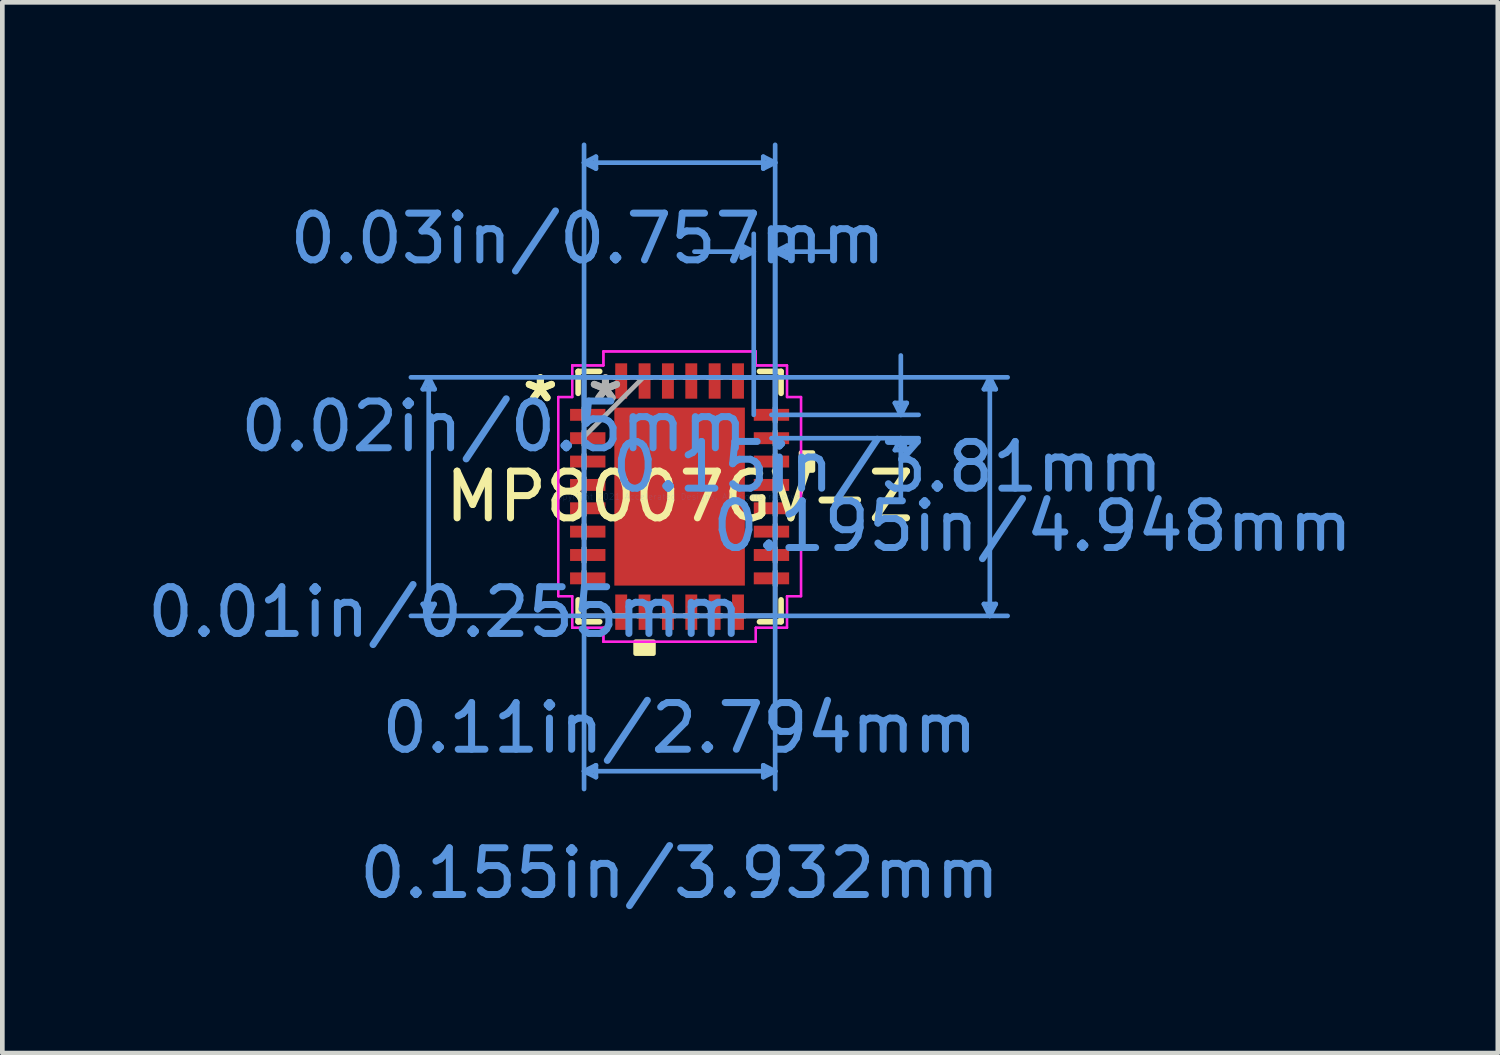
<source format=kicad_pcb>
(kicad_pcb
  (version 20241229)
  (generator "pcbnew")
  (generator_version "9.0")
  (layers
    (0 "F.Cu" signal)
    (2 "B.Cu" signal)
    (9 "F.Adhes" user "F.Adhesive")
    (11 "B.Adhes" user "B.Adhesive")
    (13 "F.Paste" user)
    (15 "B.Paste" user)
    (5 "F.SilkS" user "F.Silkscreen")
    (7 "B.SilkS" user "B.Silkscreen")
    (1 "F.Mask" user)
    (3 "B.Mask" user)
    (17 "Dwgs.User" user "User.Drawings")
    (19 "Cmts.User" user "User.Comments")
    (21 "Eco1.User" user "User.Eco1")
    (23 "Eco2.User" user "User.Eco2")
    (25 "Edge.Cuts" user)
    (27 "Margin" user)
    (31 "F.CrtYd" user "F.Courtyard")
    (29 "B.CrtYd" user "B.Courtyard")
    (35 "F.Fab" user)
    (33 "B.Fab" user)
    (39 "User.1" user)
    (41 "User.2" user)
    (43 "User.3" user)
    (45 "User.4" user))
  (footprint "MP8007GV-Z"
    (layer "F.Cu")
    (at 11.496 7.579)
    (property "Reference" "MP8007GV-Z" (at 0 0 0) (layer "F.SilkS") (effects (font (size 1 1) (thickness 0.15))))
    (attr through_hole)
    (fp_line (start -2.172 -2.68) (end -2.172 -2.21) (stroke (width 0.12) (type solid)) (layer "F.SilkS"))
    (fp_line (start -2.172 2.21) (end -2.172 2.68) (stroke (width 0.12) (type solid)) (layer "F.SilkS"))
    (fp_line (start -2.172 2.68) (end -1.71 2.68) (stroke (width 0.12) (type solid)) (layer "F.SilkS"))
    (fp_line (start -1.71 -2.68) (end -2.172 -2.68) (stroke (width 0.12) (type solid)) (layer "F.SilkS"))
    (fp_line (start 1.71 2.68) (end 2.172 2.68) (stroke (width 0.12) (type solid)) (layer "F.SilkS"))
    (fp_line (start 2.172 -2.68) (end 1.71 -2.68) (stroke (width 0.12) (type solid)) (layer "F.SilkS"))
    (fp_line (start 2.172 -2.21) (end 2.172 -2.68) (stroke (width 0.12) (type solid)) (layer "F.SilkS"))
    (fp_line (start 2.172 2.68) (end 2.172 2.21) (stroke (width 0.12) (type solid)) (layer "F.SilkS"))
    (fp_poly (pts (xy -0.941 3.107) (xy -0.941 3.361) (xy -0.56 3.361) (xy -0.56 3.107)) (stroke (width 0.1) (type solid)) (fill yes) (layer "F.SilkS"))
    (fp_poly (pts (xy 2.853 -0.941) (xy 2.853 -0.56) (xy 2.599 -0.56) (xy 2.599 -0.941)) (stroke (width 0.1) (type solid)) (fill yes) (layer "F.SilkS"))
    (fp_poly (pts (xy -1.297 -1.805) (xy -1.297 -0.735) (xy -0.1 -0.735) (xy -0.1 -1.805)) (stroke (width 0.1) (type solid)) (fill yes) (layer "F.Paste"))
    (fp_poly (pts (xy -1.297 -0.535) (xy -1.297 0.535) (xy -0.1 0.535) (xy -0.1 -0.535)) (stroke (width 0.1) (type solid)) (fill yes) (layer "F.Paste"))
    (fp_poly (pts (xy -1.297 0.735) (xy -1.297 1.805) (xy -0.1 1.805) (xy -0.1 0.735)) (stroke (width 0.1) (type solid)) (fill yes) (layer "F.Paste"))
    (fp_poly (pts (xy 0.1 -1.805) (xy 0.1 -0.735) (xy 1.297 -0.735) (xy 1.297 -1.805)) (stroke (width 0.1) (type solid)) (fill yes) (layer "F.Paste"))
    (fp_poly (pts (xy 0.1 -0.535) (xy 0.1 0.535) (xy 1.297 0.535) (xy 1.297 -0.535)) (stroke (width 0.1) (type solid)) (fill yes) (layer "F.Paste"))
    (fp_poly (pts (xy 0.1 0.735) (xy 0.1 1.805) (xy 1.297 1.805) (xy 1.297 0.735)) (stroke (width 0.1) (type solid)) (fill yes) (layer "F.Paste"))
    (fp_line (start -5.497 -2.299) (end -5.243 -2.299) (stroke (width 0.1) (type solid)) (layer "Cmts.User"))
    (fp_line (start -5.497 2.299) (end -5.243 2.299) (stroke (width 0.1) (type solid)) (layer "Cmts.User"))
    (fp_line (start -5.37 -2.553) (end -5.497 -2.299) (stroke (width 0.1) (type solid)) (layer "Cmts.User"))
    (fp_line (start -5.37 -2.553) (end -5.37 2.553) (stroke (width 0.1) (type solid)) (layer "Cmts.User"))
    (fp_line (start -5.37 -2.553) (end -5.243 -2.299) (stroke (width 0.1) (type solid)) (layer "Cmts.User"))
    (fp_line (start -5.37 2.553) (end -5.497 2.299) (stroke (width 0.1) (type solid)) (layer "Cmts.User"))
    (fp_line (start -5.37 2.553) (end -5.243 2.299) (stroke (width 0.1) (type solid)) (layer "Cmts.User"))
    (fp_line (start -2.045 -7.148) (end -1.791 -7.275) (stroke (width 0.1) (type solid)) (layer "Cmts.User"))
    (fp_line (start -2.045 -7.148) (end -1.791 -7.021) (stroke (width 0.1) (type solid)) (layer "Cmts.User"))
    (fp_line (start -2.045 -7.148) (end 2.045 -7.148) (stroke (width 0.1) (type solid)) (layer "Cmts.User"))
    (fp_line (start -2.045 -2.553) (end -2.045 6.259) (stroke (width 0.1) (type solid)) (layer "Cmts.User"))
    (fp_line (start -2.045 -1.75) (end -2.045 -7.529) (stroke (width 0.1) (type solid)) (layer "Cmts.User"))
    (fp_line (start -2.045 5.878) (end -1.791 5.751) (stroke (width 0.1) (type solid)) (layer "Cmts.User"))
    (fp_line (start -2.045 5.878) (end -1.791 6.005) (stroke (width 0.1) (type solid)) (layer "Cmts.User"))
    (fp_line (start -2.045 5.878) (end 2.045 5.878) (stroke (width 0.1) (type solid)) (layer "Cmts.User"))
    (fp_line (start -1.791 -7.275) (end -1.791 -7.021) (stroke (width 0.1) (type solid)) (layer "Cmts.User"))
    (fp_line (start -1.791 5.751) (end -1.791 6.005) (stroke (width 0.1) (type solid)) (layer "Cmts.User"))
    (fp_line (start 1.25 -2.553) (end 7.021 -2.553) (stroke (width 0.1) (type solid)) (layer "Cmts.User"))
    (fp_line (start 1.25 2.553) (end 7.021 2.553) (stroke (width 0.1) (type solid)) (layer "Cmts.User"))
    (fp_line (start 1.333 -5.37) (end 1.333 -5.116) (stroke (width 0.1) (type solid)) (layer "Cmts.User"))
    (fp_line (start 1.587 -5.243) (end 0.318 -5.243) (stroke (width 0.1) (type solid)) (layer "Cmts.User"))
    (fp_line (start 1.587 -5.243) (end 1.333 -5.37) (stroke (width 0.1) (type solid)) (layer "Cmts.User"))
    (fp_line (start 1.587 -5.243) (end 1.333 -5.116) (stroke (width 0.1) (type solid)) (layer "Cmts.User"))
    (fp_line (start 1.587 -1.75) (end 1.587 -5.624) (stroke (width 0.1) (type solid)) (layer "Cmts.User"))
    (fp_line (start 1.791 -7.275) (end 1.791 -7.021) (stroke (width 0.1) (type solid)) (layer "Cmts.User"))
    (fp_line (start 1.791 5.751) (end 1.791 6.005) (stroke (width 0.1) (type solid)) (layer "Cmts.User"))
    (fp_line (start 1.966 -1.75) (end 5.116 -1.75) (stroke (width 0.1) (type solid)) (layer "Cmts.User"))
    (fp_line (start 1.966 -1.25) (end 5.116 -1.25) (stroke (width 0.1) (type solid)) (layer "Cmts.User"))
    (fp_line (start 2.045 -7.148) (end 1.791 -7.275) (stroke (width 0.1) (type solid)) (layer "Cmts.User"))
    (fp_line (start 2.045 -7.148) (end 1.791 -7.021) (stroke (width 0.1) (type solid)) (layer "Cmts.User"))
    (fp_line (start 2.045 -5.243) (end 2.299 -5.37) (stroke (width 0.1) (type solid)) (layer "Cmts.User"))
    (fp_line (start 2.045 -5.243) (end 2.299 -5.116) (stroke (width 0.1) (type solid)) (layer "Cmts.User"))
    (fp_line (start 2.045 -5.243) (end 3.315 -5.243) (stroke (width 0.1) (type solid)) (layer "Cmts.User"))
    (fp_line (start 2.045 -2.553) (end -5.751 -2.553) (stroke (width 0.1) (type solid)) (layer "Cmts.User"))
    (fp_line (start 2.045 -2.553) (end 2.045 6.259) (stroke (width 0.1) (type solid)) (layer "Cmts.User"))
    (fp_line (start 2.045 -1.75) (end 2.045 -7.529) (stroke (width 0.1) (type solid)) (layer "Cmts.User"))
    (fp_line (start 2.045 -1.75) (end 2.045 -5.624) (stroke (width 0.1) (type solid)) (layer "Cmts.User"))
    (fp_line (start 2.045 2.553) (end -5.751 2.553) (stroke (width 0.1) (type solid)) (layer "Cmts.User"))
    (fp_line (start 2.045 5.878) (end 1.791 5.751) (stroke (width 0.1) (type solid)) (layer "Cmts.User"))
    (fp_line (start 2.045 5.878) (end 1.791 6.005) (stroke (width 0.1) (type solid)) (layer "Cmts.User"))
    (fp_line (start 2.299 -5.37) (end 2.299 -5.116) (stroke (width 0.1) (type solid)) (layer "Cmts.User"))
    (fp_line (start 4.608 -2.004) (end 4.862 -2.004) (stroke (width 0.1) (type solid)) (layer "Cmts.User"))
    (fp_line (start 4.608 -0.996) (end 4.862 -0.996) (stroke (width 0.1) (type solid)) (layer "Cmts.User"))
    (fp_line (start 4.735 -1.75) (end 4.608 -2.004) (stroke (width 0.1) (type solid)) (layer "Cmts.User"))
    (fp_line (start 4.735 -1.75) (end 4.735 -3.02) (stroke (width 0.1) (type solid)) (layer "Cmts.User"))
    (fp_line (start 4.735 -1.75) (end 4.862 -2.004) (stroke (width 0.1) (type solid)) (layer "Cmts.User"))
    (fp_line (start 4.735 -1.25) (end 4.608 -0.996) (stroke (width 0.1) (type solid)) (layer "Cmts.User"))
    (fp_line (start 4.735 -1.25) (end 4.735 0.02) (stroke (width 0.1) (type solid)) (layer "Cmts.User"))
    (fp_line (start 4.735 -1.25) (end 4.862 -0.996) (stroke (width 0.1) (type solid)) (layer "Cmts.User"))
    (fp_line (start 6.513 -2.299) (end 6.767 -2.299) (stroke (width 0.1) (type solid)) (layer "Cmts.User"))
    (fp_line (start 6.513 2.299) (end 6.767 2.299) (stroke (width 0.1) (type solid)) (layer "Cmts.User"))
    (fp_line (start 6.64 -2.553) (end 6.513 -2.299) (stroke (width 0.1) (type solid)) (layer "Cmts.User"))
    (fp_line (start 6.64 -2.553) (end 6.64 2.553) (stroke (width 0.1) (type solid)) (layer "Cmts.User"))
    (fp_line (start 6.64 -2.553) (end 6.767 -2.299) (stroke (width 0.1) (type solid)) (layer "Cmts.User"))
    (fp_line (start 6.64 2.553) (end 6.513 2.299) (stroke (width 0.1) (type solid)) (layer "Cmts.User"))
    (fp_line (start 6.64 2.553) (end 6.767 2.299) (stroke (width 0.1) (type solid)) (layer "Cmts.User"))
    (fp_line (start -2.599 -2.131) (end -2.299 -2.131) (stroke (width 0.05) (type solid)) (layer "F.CrtYd"))
    (fp_line (start -2.599 -2.131) (end -2.299 -2.131) (stroke (width 0.05) (type solid)) (layer "F.CrtYd"))
    (fp_line (start -2.599 2.131) (end -2.599 -2.131) (stroke (width 0.05) (type solid)) (layer "F.CrtYd"))
    (fp_line (start -2.599 2.131) (end -2.599 -2.131) (stroke (width 0.05) (type solid)) (layer "F.CrtYd"))
    (fp_line (start -2.299 -2.807) (end -1.631 -2.807) (stroke (width 0.05) (type solid)) (layer "F.CrtYd"))
    (fp_line (start -2.299 -2.807) (end -1.631 -2.807) (stroke (width 0.05) (type solid)) (layer "F.CrtYd"))
    (fp_line (start -2.299 -2.131) (end -2.299 -2.807) (stroke (width 0.05) (type solid)) (layer "F.CrtYd"))
    (fp_line (start -2.299 -2.131) (end -2.299 -2.807) (stroke (width 0.05) (type solid)) (layer "F.CrtYd"))
    (fp_line (start -2.299 2.131) (end -2.599 2.131) (stroke (width 0.05) (type solid)) (layer "F.CrtYd"))
    (fp_line (start -2.299 2.131) (end -2.599 2.131) (stroke (width 0.05) (type solid)) (layer "F.CrtYd"))
    (fp_line (start -2.299 2.807) (end -2.299 2.131) (stroke (width 0.05) (type solid)) (layer "F.CrtYd"))
    (fp_line (start -2.299 2.807) (end -2.299 2.131) (stroke (width 0.05) (type solid)) (layer "F.CrtYd"))
    (fp_line (start -1.631 -3.107) (end 1.631 -3.107) (stroke (width 0.05) (type solid)) (layer "F.CrtYd"))
    (fp_line (start -1.631 -3.107) (end 1.631 -3.107) (stroke (width 0.05) (type solid)) (layer "F.CrtYd"))
    (fp_line (start -1.631 -2.807) (end -1.631 -3.107) (stroke (width 0.05) (type solid)) (layer "F.CrtYd"))
    (fp_line (start -1.631 -2.807) (end -1.631 -3.107) (stroke (width 0.05) (type solid)) (layer "F.CrtYd"))
    (fp_line (start -1.631 2.807) (end -2.299 2.807) (stroke (width 0.05) (type solid)) (layer "F.CrtYd"))
    (fp_line (start -1.631 2.807) (end -2.299 2.807) (stroke (width 0.05) (type solid)) (layer "F.CrtYd"))
    (fp_line (start -1.631 3.107) (end -1.631 2.807) (stroke (width 0.05) (type solid)) (layer "F.CrtYd"))
    (fp_line (start -1.631 3.107) (end -1.631 2.807) (stroke (width 0.05) (type solid)) (layer "F.CrtYd"))
    (fp_line (start 1.631 -3.107) (end 1.631 -2.807) (stroke (width 0.05) (type solid)) (layer "F.CrtYd"))
    (fp_line (start 1.631 -3.107) (end 1.631 -2.807) (stroke (width 0.05) (type solid)) (layer "F.CrtYd"))
    (fp_line (start 1.631 -2.807) (end 2.299 -2.807) (stroke (width 0.05) (type solid)) (layer "F.CrtYd"))
    (fp_line (start 1.631 -2.807) (end 2.299 -2.807) (stroke (width 0.05) (type solid)) (layer "F.CrtYd"))
    (fp_line (start 1.631 2.807) (end 1.631 3.107) (stroke (width 0.05) (type solid)) (layer "F.CrtYd"))
    (fp_line (start 1.631 2.807) (end 1.631 3.107) (stroke (width 0.05) (type solid)) (layer "F.CrtYd"))
    (fp_line (start 1.631 3.107) (end -1.631 3.107) (stroke (width 0.05) (type solid)) (layer "F.CrtYd"))
    (fp_line (start 1.631 3.107) (end -1.631 3.107) (stroke (width 0.05) (type solid)) (layer "F.CrtYd"))
    (fp_line (start 2.299 -2.807) (end 2.299 -2.131) (stroke (width 0.05) (type solid)) (layer "F.CrtYd"))
    (fp_line (start 2.299 -2.807) (end 2.299 -2.131) (stroke (width 0.05) (type solid)) (layer "F.CrtYd"))
    (fp_line (start 2.299 -2.131) (end 2.599 -2.131) (stroke (width 0.05) (type solid)) (layer "F.CrtYd"))
    (fp_line (start 2.299 -2.131) (end 2.599 -2.131) (stroke (width 0.05) (type solid)) (layer "F.CrtYd"))
    (fp_line (start 2.299 2.131) (end 2.299 2.807) (stroke (width 0.05) (type solid)) (layer "F.CrtYd"))
    (fp_line (start 2.299 2.131) (end 2.299 2.807) (stroke (width 0.05) (type solid)) (layer "F.CrtYd"))
    (fp_line (start 2.299 2.807) (end 1.631 2.807) (stroke (width 0.05) (type solid)) (layer "F.CrtYd"))
    (fp_line (start 2.299 2.807) (end 1.631 2.807) (stroke (width 0.05) (type solid)) (layer "F.CrtYd"))
    (fp_line (start 2.599 -2.131) (end 2.599 2.131) (stroke (width 0.05) (type solid)) (layer "F.CrtYd"))
    (fp_line (start 2.599 -2.131) (end 2.599 2.131) (stroke (width 0.05) (type solid)) (layer "F.CrtYd"))
    (fp_line (start 2.599 2.131) (end 2.299 2.131) (stroke (width 0.05) (type solid)) (layer "F.CrtYd"))
    (fp_line (start 2.599 2.131) (end 2.299 2.131) (stroke (width 0.05) (type solid)) (layer "F.CrtYd"))
    (fp_line (start -2.045 -2.553) (end -2.045 -2.553) (stroke (width 0.1) (type solid)) (layer "F.Fab"))
    (fp_line (start -2.045 -2.553) (end -2.045 2.553) (stroke (width 0.1) (type solid)) (layer "F.Fab"))
    (fp_line (start -2.045 -1.902) (end -2.045 -1.902) (stroke (width 0.1) (type solid)) (layer "F.Fab"))
    (fp_line (start -2.045 -1.902) (end -2.045 -1.598) (stroke (width 0.1) (type solid)) (layer "F.Fab"))
    (fp_line (start -2.045 -1.598) (end -2.045 -1.902) (stroke (width 0.1) (type solid)) (layer "F.Fab"))
    (fp_line (start -2.045 -1.598) (end -2.045 -1.598) (stroke (width 0.1) (type solid)) (layer "F.Fab"))
    (fp_line (start -2.045 -1.402) (end -2.045 -1.402) (stroke (width 0.1) (type solid)) (layer "F.Fab"))
    (fp_line (start -2.045 -1.402) (end -2.045 -1.098) (stroke (width 0.1) (type solid)) (layer "F.Fab"))
    (fp_line (start -2.045 -1.283) (end -0.775 -2.553) (stroke (width 0.1) (type solid)) (layer "F.Fab"))
    (fp_line (start -2.045 -1.098) (end -2.045 -1.402) (stroke (width 0.1) (type solid)) (layer "F.Fab"))
    (fp_line (start -2.045 -1.098) (end -2.045 -1.098) (stroke (width 0.1) (type solid)) (layer "F.Fab"))
    (fp_line (start -2.045 -0.902) (end -2.045 -0.902) (stroke (width 0.1) (type solid)) (layer "F.Fab"))
    (fp_line (start -2.045 -0.902) (end -2.045 -0.598) (stroke (width 0.1) (type solid)) (layer "F.Fab"))
    (fp_line (start -2.045 -0.598) (end -2.045 -0.902) (stroke (width 0.1) (type solid)) (layer "F.Fab"))
    (fp_line (start -2.045 -0.598) (end -2.045 -0.598) (stroke (width 0.1) (type solid)) (layer "F.Fab"))
    (fp_line (start -2.045 -0.402) (end -2.045 -0.402) (stroke (width 0.1) (type solid)) (layer "F.Fab"))
    (fp_line (start -2.045 -0.402) (end -2.045 -0.098) (stroke (width 0.1) (type solid)) (layer "F.Fab"))
    (fp_line (start -2.045 -0.098) (end -2.045 -0.402) (stroke (width 0.1) (type solid)) (layer "F.Fab"))
    (fp_line (start -2.045 -0.098) (end -2.045 -0.098) (stroke (width 0.1) (type solid)) (layer "F.Fab"))
    (fp_line (start -2.045 0.098) (end -2.045 0.098) (stroke (width 0.1) (type solid)) (layer "F.Fab"))
    (fp_line (start -2.045 0.098) (end -2.045 0.402) (stroke (width 0.1) (type solid)) (layer "F.Fab"))
    (fp_line (start -2.045 0.402) (end -2.045 0.098) (stroke (width 0.1) (type solid)) (layer "F.Fab"))
    (fp_line (start -2.045 0.402) (end -2.045 0.402) (stroke (width 0.1) (type solid)) (layer "F.Fab"))
    (fp_line (start -2.045 0.598) (end -2.045 0.598) (stroke (width 0.1) (type solid)) (layer "F.Fab"))
    (fp_line (start -2.045 0.598) (end -2.045 0.902) (stroke (width 0.1) (type solid)) (layer "F.Fab"))
    (fp_line (start -2.045 0.902) (end -2.045 0.598) (stroke (width 0.1) (type solid)) (layer "F.Fab"))
    (fp_line (start -2.045 0.902) (end -2.045 0.902) (stroke (width 0.1) (type solid)) (layer "F.Fab"))
    (fp_line (start -2.045 1.098) (end -2.045 1.098) (stroke (width 0.1) (type solid)) (layer "F.Fab"))
    (fp_line (start -2.045 1.098) (end -2.045 1.402) (stroke (width 0.1) (type solid)) (layer "F.Fab"))
    (fp_line (start -2.045 1.402) (end -2.045 1.098) (stroke (width 0.1) (type solid)) (layer "F.Fab"))
    (fp_line (start -2.045 1.402) (end -2.045 1.402) (stroke (width 0.1) (type solid)) (layer "F.Fab"))
    (fp_line (start -2.045 1.598) (end -2.045 1.598) (stroke (width 0.1) (type solid)) (layer "F.Fab"))
    (fp_line (start -2.045 1.598) (end -2.045 1.902) (stroke (width 0.1) (type solid)) (layer "F.Fab"))
    (fp_line (start -2.045 1.902) (end -2.045 1.598) (stroke (width 0.1) (type solid)) (layer "F.Fab"))
    (fp_line (start -2.045 1.902) (end -2.045 1.902) (stroke (width 0.1) (type solid)) (layer "F.Fab"))
    (fp_line (start -2.045 2.553) (end -2.045 2.553) (stroke (width 0.1) (type solid)) (layer "F.Fab"))
    (fp_line (start -2.045 2.553) (end 2.045 2.553) (stroke (width 0.1) (type solid)) (layer "F.Fab"))
    (fp_line (start -1.402 -2.553) (end -1.402 -2.553) (stroke (width 0.1) (type solid)) (layer "F.Fab"))
    (fp_line (start -1.402 -2.553) (end -1.098 -2.553) (stroke (width 0.1) (type solid)) (layer "F.Fab"))
    (fp_line (start -1.402 2.553) (end -1.402 2.553) (stroke (width 0.1) (type solid)) (layer "F.Fab"))
    (fp_line (start -1.402 2.553) (end -1.098 2.553) (stroke (width 0.1) (type solid)) (layer "F.Fab"))
    (fp_line (start -1.098 -2.553) (end -1.402 -2.553) (stroke (width 0.1) (type solid)) (layer "F.Fab"))
    (fp_line (start -1.098 -2.553) (end -1.098 -2.553) (stroke (width 0.1) (type solid)) (layer "F.Fab"))
    (fp_line (start -1.098 2.553) (end -1.402 2.553) (stroke (width 0.1) (type solid)) (layer "F.Fab"))
    (fp_line (start -1.098 2.553) (end -1.098 2.553) (stroke (width 0.1) (type solid)) (layer "F.Fab"))
    (fp_line (start -0.902 -2.553) (end -0.902 -2.553) (stroke (width 0.1) (type solid)) (layer "F.Fab"))
    (fp_line (start -0.902 -2.553) (end -0.598 -2.553) (stroke (width 0.1) (type solid)) (layer "F.Fab"))
    (fp_line (start -0.902 2.553) (end -0.902 2.553) (stroke (width 0.1) (type solid)) (layer "F.Fab"))
    (fp_line (start -0.902 2.553) (end -0.598 2.553) (stroke (width 0.1) (type solid)) (layer "F.Fab"))
    (fp_line (start -0.598 -2.553) (end -0.902 -2.553) (stroke (width 0.1) (type solid)) (layer "F.Fab"))
    (fp_line (start -0.598 -2.553) (end -0.598 -2.553) (stroke (width 0.1) (type solid)) (layer "F.Fab"))
    (fp_line (start -0.598 2.553) (end -0.902 2.553) (stroke (width 0.1) (type solid)) (layer "F.Fab"))
    (fp_line (start -0.598 2.553) (end -0.598 2.553) (stroke (width 0.1) (type solid)) (layer "F.Fab"))
    (fp_line (start -0.402 -2.553) (end -0.402 -2.553) (stroke (width 0.1) (type solid)) (layer "F.Fab"))
    (fp_line (start -0.402 -2.553) (end -0.098 -2.553) (stroke (width 0.1) (type solid)) (layer "F.Fab"))
    (fp_line (start -0.402 2.553) (end -0.402 2.553) (stroke (width 0.1) (type solid)) (layer "F.Fab"))
    (fp_line (start -0.402 2.553) (end -0.098 2.553) (stroke (width 0.1) (type solid)) (layer "F.Fab"))
    (fp_line (start -0.098 -2.553) (end -0.402 -2.553) (stroke (width 0.1) (type solid)) (layer "F.Fab"))
    (fp_line (start -0.098 -2.553) (end -0.098 -2.553) (stroke (width 0.1) (type solid)) (layer "F.Fab"))
    (fp_line (start -0.098 2.553) (end -0.402 2.553) (stroke (width 0.1) (type solid)) (layer "F.Fab"))
    (fp_line (start -0.098 2.553) (end -0.098 2.553) (stroke (width 0.1) (type solid)) (layer "F.Fab"))
    (fp_line (start 0.098 -2.553) (end 0.098 -2.553) (stroke (width 0.1) (type solid)) (layer "F.Fab"))
    (fp_line (start 0.098 -2.553) (end 0.402 -2.553) (stroke (width 0.1) (type solid)) (layer "F.Fab"))
    (fp_line (start 0.098 2.553) (end 0.098 2.553) (stroke (width 0.1) (type solid)) (layer "F.Fab"))
    (fp_line (start 0.098 2.553) (end 0.402 2.553) (stroke (width 0.1) (type solid)) (layer "F.Fab"))
    (fp_line (start 0.402 -2.553) (end 0.098 -2.553) (stroke (width 0.1) (type solid)) (layer "F.Fab"))
    (fp_line (start 0.402 -2.553) (end 0.402 -2.553) (stroke (width 0.1) (type solid)) (layer "F.Fab"))
    (fp_line (start 0.402 2.553) (end 0.098 2.553) (stroke (width 0.1) (type solid)) (layer "F.Fab"))
    (fp_line (start 0.402 2.553) (end 0.402 2.553) (stroke (width 0.1) (type solid)) (layer "F.Fab"))
    (fp_line (start 0.598 -2.553) (end 0.598 -2.553) (stroke (width 0.1) (type solid)) (layer "F.Fab"))
    (fp_line (start 0.598 -2.553) (end 0.902 -2.553) (stroke (width 0.1) (type solid)) (layer "F.Fab"))
    (fp_line (start 0.598 2.553) (end 0.598 2.553) (stroke (width 0.1) (type solid)) (layer "F.Fab"))
    (fp_line (start 0.598 2.553) (end 0.902 2.553) (stroke (width 0.1) (type solid)) (layer "F.Fab"))
    (fp_line (start 0.902 -2.553) (end 0.598 -2.553) (stroke (width 0.1) (type solid)) (layer "F.Fab"))
    (fp_line (start 0.902 -2.553) (end 0.902 -2.553) (stroke (width 0.1) (type solid)) (layer "F.Fab"))
    (fp_line (start 0.902 2.553) (end 0.598 2.553) (stroke (width 0.1) (type solid)) (layer "F.Fab"))
    (fp_line (start 0.902 2.553) (end 0.902 2.553) (stroke (width 0.1) (type solid)) (layer "F.Fab"))
    (fp_line (start 1.098 -2.553) (end 1.098 -2.553) (stroke (width 0.1) (type solid)) (layer "F.Fab"))
    (fp_line (start 1.098 -2.553) (end 1.402 -2.553) (stroke (width 0.1) (type solid)) (layer "F.Fab"))
    (fp_line (start 1.098 2.553) (end 1.098 2.553) (stroke (width 0.1) (type solid)) (layer "F.Fab"))
    (fp_line (start 1.098 2.553) (end 1.402 2.553) (stroke (width 0.1) (type solid)) (layer "F.Fab"))
    (fp_line (start 1.402 -2.553) (end 1.098 -2.553) (stroke (width 0.1) (type solid)) (layer "F.Fab"))
    (fp_line (start 1.402 -2.553) (end 1.402 -2.553) (stroke (width 0.1) (type solid)) (layer "F.Fab"))
    (fp_line (start 1.402 2.553) (end 1.098 2.553) (stroke (width 0.1) (type solid)) (layer "F.Fab"))
    (fp_line (start 1.402 2.553) (end 1.402 2.553) (stroke (width 0.1) (type solid)) (layer "F.Fab"))
    (fp_line (start 2.045 -2.553) (end -2.045 -2.553) (stroke (width 0.1) (type solid)) (layer "F.Fab"))
    (fp_line (start 2.045 -2.553) (end 2.045 -2.553) (stroke (width 0.1) (type solid)) (layer "F.Fab"))
    (fp_line (start 2.045 -1.902) (end 2.045 -1.902) (stroke (width 0.1) (type solid)) (layer "F.Fab"))
    (fp_line (start 2.045 -1.902) (end 2.045 -1.598) (stroke (width 0.1) (type solid)) (layer "F.Fab"))
    (fp_line (start 2.045 -1.598) (end 2.045 -1.902) (stroke (width 0.1) (type solid)) (layer "F.Fab"))
    (fp_line (start 2.045 -1.598) (end 2.045 -1.598) (stroke (width 0.1) (type solid)) (layer "F.Fab"))
    (fp_line (start 2.045 -1.402) (end 2.045 -1.402) (stroke (width 0.1) (type solid)) (layer "F.Fab"))
    (fp_line (start 2.045 -1.402) (end 2.045 -1.098) (stroke (width 0.1) (type solid)) (layer "F.Fab"))
    (fp_line (start 2.045 -1.098) (end 2.045 -1.402) (stroke (width 0.1) (type solid)) (layer "F.Fab"))
    (fp_line (start 2.045 -1.098) (end 2.045 -1.098) (stroke (width 0.1) (type solid)) (layer "F.Fab"))
    (fp_line (start 2.045 -0.902) (end 2.045 -0.902) (stroke (width 0.1) (type solid)) (layer "F.Fab"))
    (fp_line (start 2.045 -0.902) (end 2.045 -0.598) (stroke (width 0.1) (type solid)) (layer "F.Fab"))
    (fp_line (start 2.045 -0.598) (end 2.045 -0.902) (stroke (width 0.1) (type solid)) (layer "F.Fab"))
    (fp_line (start 2.045 -0.598) (end 2.045 -0.598) (stroke (width 0.1) (type solid)) (layer "F.Fab"))
    (fp_line (start 2.045 -0.402) (end 2.045 -0.402) (stroke (width 0.1) (type solid)) (layer "F.Fab"))
    (fp_line (start 2.045 -0.402) (end 2.045 -0.098) (stroke (width 0.1) (type solid)) (layer "F.Fab"))
    (fp_line (start 2.045 -0.098) (end 2.045 -0.402) (stroke (width 0.1) (type solid)) (layer "F.Fab"))
    (fp_line (start 2.045 -0.098) (end 2.045 -0.098) (stroke (width 0.1) (type solid)) (layer "F.Fab"))
    (fp_line (start 2.045 0.098) (end 2.045 0.098) (stroke (width 0.1) (type solid)) (layer "F.Fab"))
    (fp_line (start 2.045 0.098) (end 2.045 0.402) (stroke (width 0.1) (type solid)) (layer "F.Fab"))
    (fp_line (start 2.045 0.402) (end 2.045 0.098) (stroke (width 0.1) (type solid)) (layer "F.Fab"))
    (fp_line (start 2.045 0.402) (end 2.045 0.402) (stroke (width 0.1) (type solid)) (layer "F.Fab"))
    (fp_line (start 2.045 0.598) (end 2.045 0.598) (stroke (width 0.1) (type solid)) (layer "F.Fab"))
    (fp_line (start 2.045 0.598) (end 2.045 0.902) (stroke (width 0.1) (type solid)) (layer "F.Fab"))
    (fp_line (start 2.045 0.902) (end 2.045 0.598) (stroke (width 0.1) (type solid)) (layer "F.Fab"))
    (fp_line (start 2.045 0.902) (end 2.045 0.902) (stroke (width 0.1) (type solid)) (layer "F.Fab"))
    (fp_line (start 2.045 1.098) (end 2.045 1.098) (stroke (width 0.1) (type solid)) (layer "F.Fab"))
    (fp_line (start 2.045 1.098) (end 2.045 1.402) (stroke (width 0.1) (type solid)) (layer "F.Fab"))
    (fp_line (start 2.045 1.402) (end 2.045 1.098) (stroke (width 0.1) (type solid)) (layer "F.Fab"))
    (fp_line (start 2.045 1.402) (end 2.045 1.402) (stroke (width 0.1) (type solid)) (layer "F.Fab"))
    (fp_line (start 2.045 1.598) (end 2.045 1.598) (stroke (width 0.1) (type solid)) (layer "F.Fab"))
    (fp_line (start 2.045 1.598) (end 2.045 1.902) (stroke (width 0.1) (type solid)) (layer "F.Fab"))
    (fp_line (start 2.045 1.902) (end 2.045 1.598) (stroke (width 0.1) (type solid)) (layer "F.Fab"))
    (fp_line (start 2.045 1.902) (end 2.045 1.902) (stroke (width 0.1) (type solid)) (layer "F.Fab"))
    (fp_line (start 2.045 2.553) (end 2.045 -2.553) (stroke (width 0.1) (type solid)) (layer "F.Fab"))
    (fp_line (start 2.045 2.553) (end 2.045 2.553) (stroke (width 0.1) (type solid)) (layer "F.Fab"))
    (fp_text user "*" (at -2.98 -2 0) (layer "F.SilkS") (effects (font (size 1 1) (thickness 0.15))))
    (fp_text user "*" (at -2.98 -2 0) (layer "F.SilkS") (effects (font (size 1 1) (thickness 0.15))))
    (fp_text user "0.155in/3.932mm" (at 0 8.062 0) (layer "Cmts.User") (effects (font (size 1 1) (thickness 0.15))))
    (fp_text user "0.195in/4.948mm" (at 7.554 0.635 0) (layer "Cmts.User") (effects (font (size 1 1) (thickness 0.15))))
    (fp_text user "0.03in/0.757mm" (at -1.966 -5.522 0) (layer "Cmts.User") (effects (font (size 1 1) (thickness 0.15))))
    (fp_text user "0.11in/2.794mm" (at 0 4.953 0) (layer "Cmts.User") (effects (font (size 1 1) (thickness 0.15))))
    (fp_text user "Copyright 2021 Accelerated Designs. All rights reserved." (at 0 0 0) (layer "Cmts.User") (effects (font (size 0.127 0.127) (thickness 0.002))))
    (fp_text user "0.02in/0.5mm" (at -3.973 -1.5 0) (layer "Cmts.User") (effects (font (size 1 1) (thickness 0.15))))
    (fp_text user "0.01in/0.255mm" (at -5.014 2.474 0) (layer "Cmts.User") (effects (font (size 1 1) (thickness 0.15))))
    (fp_text user "0.15in/3.81mm" (at 4.445 -0.635 0) (layer "Cmts.User") (effects (font (size 1 1) (thickness 0.15))))
    (fp_text user "*" (at -1.587 -2 0) (layer "F.Fab") (effects (font (size 1 1) (thickness 0.15))))
    (fp_text user "*" (at -1.587 -2 0) (layer "F.Fab") (effects (font (size 1 1) (thickness 0.15))))
    (pad "1" smd rect (at -1.966 -1.75 90) (size 0.255 0.757) (layers "F.Cu" "F.Mask" "F.Paste"))
    (pad "2" smd rect (at -1.966 -1.25 90) (size 0.255 0.757) (layers "F.Cu" "F.Mask" "F.Paste"))
    (pad "3" smd rect (at -1.966 -0.75 90) (size 0.255 0.757) (layers "F.Cu" "F.Mask" "F.Paste"))
    (pad "4" smd rect (at -1.966 -0.25 90) (size 0.255 0.757) (layers "F.Cu" "F.Mask" "F.Paste"))
    (pad "5" smd rect (at -1.966 0.25 90) (size 0.255 0.757) (layers "F.Cu" "F.Mask" "F.Paste"))
    (pad "6" smd rect (at -1.966 0.75 90) (size 0.255 0.757) (layers "F.Cu" "F.Mask" "F.Paste"))
    (pad "7" smd rect (at -1.966 1.25 90) (size 0.255 0.757) (layers "F.Cu" "F.Mask" "F.Paste"))
    (pad "8" smd rect (at -1.966 1.75 90) (size 0.255 0.757) (layers "F.Cu" "F.Mask" "F.Paste"))
    (pad "9" smd rect (at -1.25 2.474) (size 0.255 0.757) (layers "F.Cu" "F.Mask" "F.Paste"))
    (pad "10" smd rect (at -0.75 2.474) (size 0.255 0.757) (layers "F.Cu" "F.Mask" "F.Paste"))
    (pad "11" smd rect (at -0.25 2.474) (size 0.255 0.757) (layers "F.Cu" "F.Mask" "F.Paste"))
    (pad "12" smd rect (at 0.25 2.474) (size 0.255 0.757) (layers "F.Cu" "F.Mask" "F.Paste"))
    (pad "13" smd rect (at 0.75 2.474) (size 0.255 0.757) (layers "F.Cu" "F.Mask" "F.Paste"))
    (pad "14" smd rect (at 1.25 2.474) (size 0.255 0.757) (layers "F.Cu" "F.Mask" "F.Paste"))
    (pad "15" smd rect (at 1.966 1.75 90) (size 0.255 0.757) (layers "F.Cu" "F.Mask" "F.Paste"))
    (pad "16" smd rect (at 1.966 1.25 90) (size 0.255 0.757) (layers "F.Cu" "F.Mask" "F.Paste"))
    (pad "17" smd rect (at 1.966 0.75 90) (size 0.255 0.757) (layers "F.Cu" "F.Mask" "F.Paste"))
    (pad "18" smd rect (at 1.966 0.25 90) (size 0.255 0.757) (layers "F.Cu" "F.Mask" "F.Paste"))
    (pad "19" smd rect (at 1.966 -0.25 90) (size 0.255 0.757) (layers "F.Cu" "F.Mask" "F.Paste"))
    (pad "20" smd rect (at 1.966 -0.75 90) (size 0.255 0.757) (layers "F.Cu" "F.Mask" "F.Paste"))
    (pad "21" smd rect (at 1.966 -1.25 90) (size 0.255 0.757) (layers "F.Cu" "F.Mask" "F.Paste"))
    (pad "22" smd rect (at 1.966 -1.75 90) (size 0.255 0.757) (layers "F.Cu" "F.Mask" "F.Paste"))
    (pad "23" smd rect (at 1.25 -2.474) (size 0.255 0.757) (layers "F.Cu" "F.Mask" "F.Paste"))
    (pad "24" smd rect (at 0.75 -2.474) (size 0.255 0.757) (layers "F.Cu" "F.Mask" "F.Paste"))
    (pad "25" smd rect (at 0.25 -2.474) (size 0.255 0.757) (layers "F.Cu" "F.Mask" "F.Paste"))
    (pad "26" smd rect (at -0.25 -2.474) (size 0.255 0.757) (layers "F.Cu" "F.Mask" "F.Paste"))
    (pad "27" smd rect (at -0.75 -2.474) (size 0.255 0.757) (layers "F.Cu" "F.Mask" "F.Paste"))
    (pad "28" smd rect (at -1.25 -2.474) (size 0.255 0.757) (layers "F.Cu" "F.Mask" "F.Paste"))
    (pad "29" smd rect (at 0 0) (size 2.794 3.81) (layers "F.Cu" "F.Mask")))
  (gr_rect
    (start -3 -3)
    (end 29.009 19.489)
    (stroke (width 0.1) (type default))
    (fill no)
    (layer "Edge.Cuts")))
</source>
